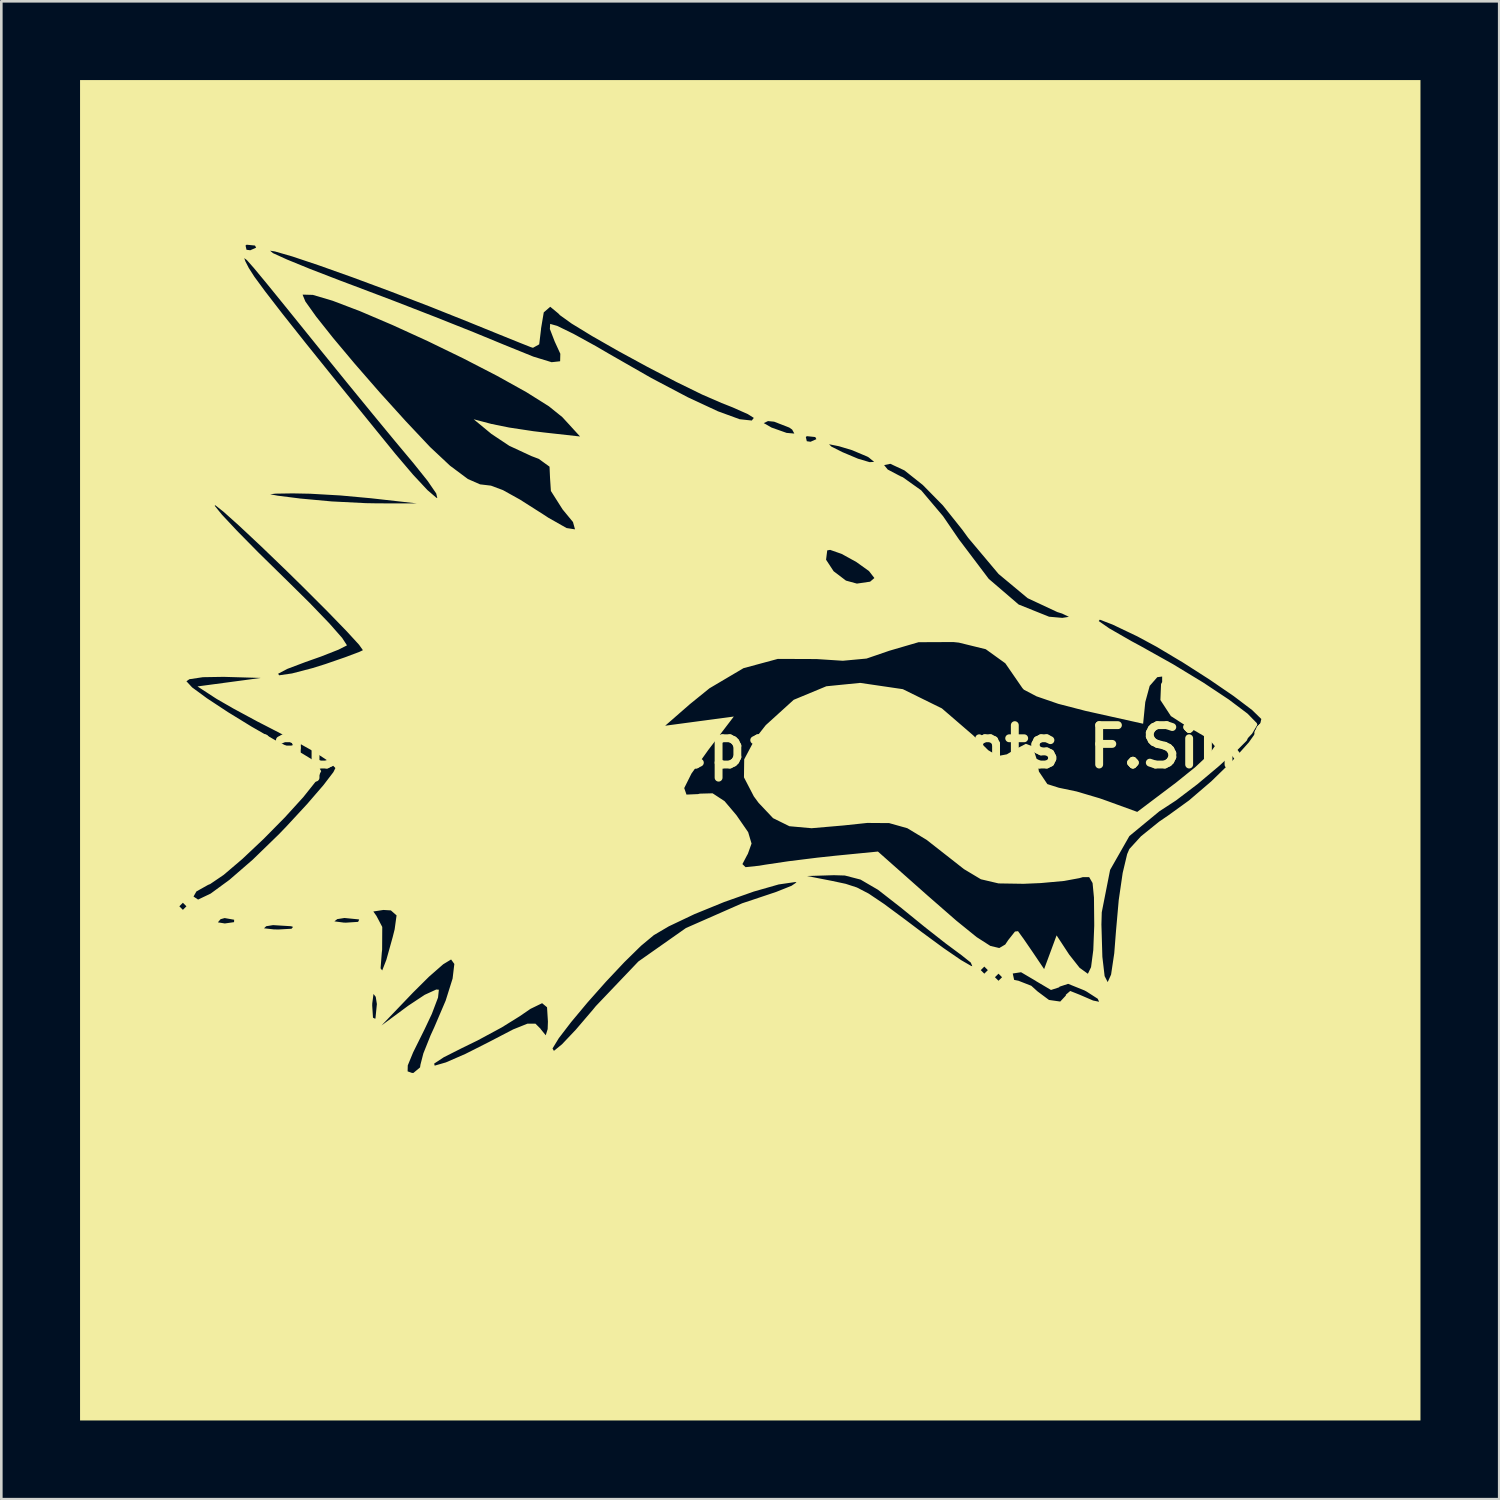
<source format=kicad_pcb>
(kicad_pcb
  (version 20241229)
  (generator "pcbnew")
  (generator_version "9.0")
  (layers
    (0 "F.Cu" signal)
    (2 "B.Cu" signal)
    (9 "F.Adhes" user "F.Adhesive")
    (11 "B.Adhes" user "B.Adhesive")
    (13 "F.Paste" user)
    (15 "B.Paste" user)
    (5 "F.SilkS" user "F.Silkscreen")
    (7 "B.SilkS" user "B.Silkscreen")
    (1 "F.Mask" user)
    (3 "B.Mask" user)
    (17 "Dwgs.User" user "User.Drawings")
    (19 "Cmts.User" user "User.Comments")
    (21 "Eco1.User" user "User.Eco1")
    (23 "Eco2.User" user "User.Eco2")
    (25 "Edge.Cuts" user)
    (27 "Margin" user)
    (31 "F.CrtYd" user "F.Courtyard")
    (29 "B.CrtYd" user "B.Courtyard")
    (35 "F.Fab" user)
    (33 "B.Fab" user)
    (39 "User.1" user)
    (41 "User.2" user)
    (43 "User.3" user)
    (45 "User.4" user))
  (footprint "exapmlesilkscreeparticipants F.SilkS"
    (layer "F.Cu")
    (at 25.4 25.4)
    (property "Reference" "exapmlesilkscreeparticipants F.SilkS" (at 0 0 0) (layer "F.SilkS") (effects (font (size 1.5 1.5) (thickness 0.3))))
    (attr board_only exclude_from_pos_files exclude_from_bom)
    (fp_poly (pts (xy 25.67 0.135) (xy 25.67 25.67) (xy 0.135 25.67) (xy -25.4 25.67) (xy -25.4 10.622) (xy -13.916 10.622) (xy -12.895 9.867) (xy -12.268 9.452) (xy -11.83 9.251) (xy -11.729 9.258) (xy -11.761 9.557) (xy -11.997 10.18) (xy -12.277 10.773) (xy -12.709 11.644) (xy -12.914 12.142) (xy -12.92 12.369) (xy -12.752 12.429) (xy -12.7 12.43) (xy -12.446 12.218) (xy -12.43 12.11) (xy -12.42 12.073) (xy -11.909 12.073) (xy -11.889 12.151) (xy -11.46 12.027) (xy -10.719 11.704) (xy -10.308 11.497) (xy -7.399 11.497) (xy -7.346 11.588) (xy -7.04 11.339) (xy -6.509 10.778) (xy -5.858 10.016) (xy -5.751 9.885) (xy -4.7 8.782) (xy 9.457 8.782) (xy 9.593 8.917) (xy 9.728 8.782) (xy 9.593 8.647) (xy 9.457 8.782) (xy -4.7 8.782) (xy -4.442 8.512) (xy 8.917 8.512) (xy 9.052 8.647) (xy 9.057 8.642) (xy 10.136 8.642) (xy 10.188 8.883) (xy 10.354 8.917) (xy 10.842 9.108) (xy 11.079 9.322) (xy 11.516 9.648) (xy 11.945 9.709) (xy 12.158 9.481) (xy 12.16 9.448) (xy 12.325 9.306) (xy 12.682 9.448) (xy 13.196 9.67) (xy 13.425 9.717) (xy 13.373 9.602) (xy 12.956 9.333) (xy 12.868 9.285) (xy 12.246 9.034) (xy 11.919 9.142) (xy 11.901 9.168) (xy 11.593 9.268) (xy 11.026 8.933) (xy 11.009 8.92) (xy 10.452 8.592) (xy 10.137 8.64) (xy 10.136 8.642) (xy 9.057 8.642) (xy 9.187 8.512) (xy 9.052 8.377) (xy 8.917 8.512) (xy -4.442 8.512) (xy -4.129 8.183) (xy -2.316 6.908) (xy -0.173 5.965) (xy 0.234 5.83) (xy 1.125 5.531) (xy 1.708 5.298) (xy 1.896 5.17) (xy 1.85 5.156) (xy 1.219 5.247) (xy 0.263 5.52) (xy -0.859 5.917) (xy -1.99 6.378) (xy -2.97 6.844) (xy -3.539 7.179) (xy -4.027 7.585) (xy -4.661 8.207) (xy -5.366 8.956) (xy -6.068 9.747) (xy -6.69 10.492) (xy -7.159 11.104) (xy -7.399 11.497) (xy -10.308 11.497) (xy -9.824 11.252) (xy -9.793 11.236) (xy -8.9 10.771) (xy -8.357 10.553) (xy -8.048 10.553) (xy -7.858 10.743) (xy -7.842 10.769) (xy -7.657 10.995) (xy -7.584 10.759) (xy -7.574 10.471) (xy -7.608 9.927) (xy -7.795 9.772) (xy -8.24 9.988) (xy -8.649 10.269) (xy -9.331 10.693) (xy -10.256 11.192) (xy -10.852 11.483) (xy -11.543 11.832) (xy -11.909 12.073) (xy -12.42 12.073) (xy -12.32 11.685) (xy -12.044 10.994) (xy -11.905 10.691) (xy -11.47 9.673) (xy -11.206 8.833) (xy -11.14 8.277) (xy -11.263 8.106) (xy -11.563 8.288) (xy -12.105 8.762) (xy -12.711 9.364) (xy -13.916 10.622) (xy -25.4 10.622) (xy -25.4 9.863) (xy -14.269 9.863) (xy -14.239 10.324) (xy -14.155 10.365) (xy -14.144 10.341) (xy -14.091 9.804) (xy -14.134 9.53) (xy -14.22 9.42) (xy -14.267 9.779) (xy -14.269 9.863) (xy -25.4 9.863) (xy -25.4 6.918) (xy -18.391 6.918) (xy -18.017 6.96) (xy -17.834 6.963) (xy -17.342 6.935) (xy -17.285 6.865) (xy -17.361 6.839) (xy -18.046 6.797) (xy -18.307 6.839) (xy -18.391 6.918) (xy -25.4 6.918) (xy -25.4 6.691) (xy -20.149 6.691) (xy -19.883 6.734) (xy -19.533 6.684) (xy -19.531 6.654) (xy -15.71 6.654) (xy -15.351 6.701) (xy -15.267 6.703) (xy -14.806 6.673) (xy -14.765 6.589) (xy -14.789 6.578) (xy -15.325 6.525) (xy -15.6 6.568) (xy -15.71 6.654) (xy -19.531 6.654) (xy -19.529 6.592) (xy -19.89 6.528) (xy -20.046 6.571) (xy -20.149 6.691) (xy -25.4 6.691) (xy -25.4 6.278) (xy -14.226 6.278) (xy -14.108 6.444) (xy -13.886 6.867) (xy -13.891 7.736) (xy -13.905 7.859) (xy -13.95 8.444) (xy -13.888 8.524) (xy -13.73 8.12) (xy -13.488 7.252) (xy -13.414 6.958) (xy -13.341 6.426) (xy -13.558 6.236) (xy -13.843 6.219) (xy -14.226 6.278) (xy -25.4 6.278) (xy -25.4 6.08) (xy -21.617 6.08) (xy -21.482 6.215) (xy -21.347 6.08) (xy -21.482 5.945) (xy -21.617 6.08) (xy -25.4 6.08) (xy -25.4 0.135) (xy -25.4 -2.494) (xy -21.347 -2.494) (xy -21.13 -2.26) (xy -20.563 -1.844) (xy -19.768 -1.32) (xy -18.868 -0.767) (xy -17.985 -0.261) (xy -17.244 0.121) (xy -16.956 0.245) (xy -16.423 0.57) (xy -16.213 0.93) (xy -16.4 1.301) (xy -16.896 1.923) (xy -17.598 2.694) (xy -18.405 3.512) (xy -19.215 4.276) (xy -19.928 4.883) (xy -20.442 5.232) (xy -20.523 5.265) (xy -20.967 5.514) (xy -21.077 5.708) (xy -20.903 5.824) (xy -20.425 5.596) (xy -19.71 5.073) (xy -19.54 4.926) (xy 2.297 4.926) (xy 3.252 5.113) (xy 3.772 5.224) (xy 4.198 5.363) (xy 4.645 5.595) (xy 5.228 5.987) (xy 6.063 6.605) (xy 6.671 7.064) (xy 7.502 7.674) (xy 8.167 8.13) (xy 8.552 8.352) (xy 8.594 8.362) (xy 8.537 8.224) (xy 8.142 7.909) (xy 8.113 7.89) (xy 7.57 7.487) (xy 6.782 6.868) (xy 5.917 6.165) (xy 5.896 6.147) (xy 5.003 5.451) (xy 4.336 5.062) (xy 3.738 4.907) (xy 3.322 4.895) (xy 2.297 4.926) (xy -19.54 4.926) (xy -18.823 4.305) (xy -17.83 3.341) (xy -17.539 3.039) (xy -16.75 2.186) (xy -16.126 1.463) (xy -15.748 0.968) (xy -15.672 0.813) (xy -15.897 0.576) (xy -16.495 0.182) (xy -17.35 -0.295) (xy -17.627 -0.437) (xy -18.33 -0.8) (xy -3.107 -0.8) (xy -1.8 -0.975) (xy -0.492 -1.15) (xy -1.462 0.121) (xy -2.105 1.023) (xy -2.381 1.576) (xy -2.295 1.824) (xy -1.857 1.805) (xy -1.787 1.788) (xy -1.3 1.775) (xy -0.845 2.073) (xy -0.394 2.606) (xy 0.055 3.256) (xy 0.184 3.689) (xy 0.042 4.085) (xy 0.015 4.13) (xy -0.164 4.472) (xy -0.045 4.589) (xy 0.473 4.534) (xy 0.716 4.493) (xy 1.585 4.364) (xy 2.688 4.227) (xy 3.378 4.153) (xy 4.999 3.994) (xy 6.89 5.67) (xy 7.988 6.628) (xy 8.762 7.255) (xy 9.283 7.589) (xy 9.622 7.67) (xy 9.85 7.536) (xy 9.963 7.367) (xy 10.221 7.041) (xy 10.337 7.028) (xy 10.554 7.328) (xy 10.889 7.816) (xy 11.331 8.472) (xy 11.569 7.83) (xy 11.806 7.188) (xy 12.284 7.917) (xy 12.682 8.422) (xy 12.991 8.646) (xy 13.001 8.647) (xy 13.119 8.399) (xy 13.204 7.748) (xy 13.24 6.828) (xy 13.24 6.737) (xy 13.23 5.747) (xy 13.177 5.193) (xy 13.047 4.968) (xy 12.804 4.969) (xy 12.674 5.007) (xy 12.093 5.114) (xy 11.204 5.195) (xy 10.548 5.223) (xy 9.594 5.208) (xy 8.922 5.05) (xy 8.276 4.663) (xy 7.805 4.293) (xy 6.852 3.547) (xy 6.119 3.105) (xy 5.426 2.91) (xy 4.59 2.904) (xy 3.685 3) (xy 2.47 3.105) (xy 1.626 3.029) (xy 1.004 2.722) (xy 0.45 2.136) (xy 0.271 1.892) (xy -0.105 1.168) (xy -0.096 0.481) (xy 0.321 -0.306) (xy 0.726 -0.822) (xy 1.79 -1.787) (xy 3.033 -2.303) (xy 4.321 -2.432) (xy 5.948 -2.193) (xy 7.436 -1.46) (xy 8.63 -0.431) (xy 9.202 0.133) (xy 9.574 0.354) (xy 9.911 0.29) (xy 10.189 0.123) (xy 10.634 -0.111) (xy 10.891 -0.014) (xy 11.055 0.498) (xy 11.133 0.946) (xy 11.454 1.424) (xy 11.892 1.563) (xy 12.569 1.705) (xy 13.443 1.964) (xy 13.722 2.062) (xy 14.879 2.483) (xy 16.357 1.368) (xy 17.098 0.771) (xy 17.629 0.272) (xy 17.834 -0.021) (xy 17.834 -0.023) (xy 17.609 -0.296) (xy 17.053 -0.621) (xy 16.908 -0.685) (xy 16.161 -1.167) (xy 15.761 -1.779) (xy 15.786 -2.388) (xy 15.828 -2.465) (xy 15.828 -2.674) (xy 15.642 -2.649) (xy 15.353 -2.318) (xy 15.185 -1.701) (xy 15.103 -0.876) (xy 12.909 -1.365) (xy 11.871 -1.634) (xy 11.041 -1.92) (xy 10.559 -2.173) (xy 10.503 -2.235) (xy 9.852 -3.179) (xy 9.107 -3.715) (xy 8.083 -3.966) (xy 7.874 -3.988) (xy 6.547 -3.982) (xy 5.407 -3.649) (xy 5.397 -3.644) (xy 4.566 -3.359) (xy 3.66 -3.275) (xy 2.659 -3.34) (xy 1.185 -3.346) (xy -0.124 -2.992) (xy -1.419 -2.226) (xy -2.162 -1.624) (xy -3.107 -0.8) (xy -18.33 -0.8) (xy -18.648 -0.963) (xy -19.559 -1.455) (xy -20.188 -1.817) (xy -20.254 -1.859) (xy -20.926 -2.297) (xy -19.718 -2.459) (xy -18.51 -2.621) (xy -19.928 -2.662) (xy -20.72 -2.649) (xy -21.235 -2.572) (xy -21.347 -2.494) (xy -25.4 -2.494) (xy -25.4 -9.18) (xy -20.27 -9.18) (xy -19.995 -8.842) (xy -19.412 -8.219) (xy -18.602 -7.397) (xy -17.65 -6.463) (xy -17.568 -6.384) (xy -16.65 -5.477) (xy -15.908 -4.706) (xy -15.414 -4.145) (xy -15.234 -3.869) (xy -15.238 -3.857) (xy -15.555 -3.697) (xy -16.219 -3.436) (xy -16.81 -3.227) (xy -17.504 -2.965) (xy -17.853 -2.781) (xy -17.815 -2.721) (xy -17.324 -2.792) (xy -16.544 -2.995) (xy -16.058 -3.147) (xy -15.286 -3.414) (xy -14.756 -3.614) (xy -14.623 -3.678) (xy -14.77 -3.885) (xy -15.243 -4.401) (xy -15.617 -4.787) (xy 13.412 -4.787) (xy 13.815 -4.508) (xy 14.653 -4.026) (xy 14.997 -3.841) (xy 16.239 -3.146) (xy 17.395 -2.444) (xy 18.372 -1.795) (xy 19.082 -1.26) (xy 19.433 -0.9) (xy 19.455 -0.835) (xy 19.256 -0.5) (xy 18.734 0.054) (xy 18.002 0.73) (xy 17.172 1.428) (xy 16.356 2.047) (xy 15.721 2.461) (xy 14.58 3.403) (xy 13.845 4.693) (xy 13.527 6.308) (xy 13.514 6.773) (xy 13.55 8.005) (xy 13.636 8.74) (xy 13.753 8.968) (xy 13.882 8.682) (xy 14.003 7.872) (xy 14.069 7.026) (xy 14.174 5.84) (xy 14.324 4.81) (xy 14.495 4.09) (xy 14.579 3.897) (xy 15.02 3.414) (xy 15.718 2.851) (xy 16.046 2.628) (xy 16.854 2.044) (xy 17.7 1.319) (xy 18.49 0.55) (xy 19.132 -0.168) (xy 19.534 -0.737) (xy 19.606 -1.056) (xy 19.255 -1.398) (xy 18.557 -1.926) (xy 17.634 -2.559) (xy 16.61 -3.215) (xy 15.607 -3.813) (xy 14.884 -4.203) (xy 13.941 -4.653) (xy 13.452 -4.841) (xy 13.412 -4.787) (xy -15.617 -4.787) (xy -15.979 -5.16) (xy -16.913 -6.094) (xy -17.509 -6.679) (xy -17.972 -7.125) (xy 3.023 -7.125) (xy 3.311 -6.686) (xy 3.781 -6.329) (xy 4.198 -6.215) (xy 4.701 -6.288) (xy 4.864 -6.427) (xy 4.658 -6.693) (xy 4.175 -7.039) (xy 3.614 -7.347) (xy 3.177 -7.5) (xy 3.067 -7.48) (xy 3.023 -7.125) (xy -17.972 -7.125) (xy -18.51 -7.643) (xy -19.34 -8.42) (xy -19.939 -8.957) (xy -20.249 -9.201) (xy -20.27 -9.18) (xy -25.4 -9.18) (xy -25.4 -9.618) (xy -18.157 -9.618) (xy -17.867 -9.564) (xy -17.065 -9.463) (xy -17.023 -9.457) (xy -15.816 -9.346) (xy -14.516 -9.28) (xy -14.051 -9.272) (xy -12.565 -9.27) (xy -14.321 -9.467) (xy -15.478 -9.573) (xy -16.628 -9.639) (xy -17.294 -9.652) (xy -17.958 -9.642) (xy -18.157 -9.618) (xy -25.4 -9.618) (xy -25.4 -18.616) (xy -19.144 -18.616) (xy -19.104 -18.498) (xy -18.971 -18.239) (xy -18.757 -17.905) (xy -18.34 -17.338) (xy -17.695 -16.503) (xy -16.794 -15.367) (xy -15.612 -13.898) (xy -14.121 -12.061) (xy -13.376 -11.145) (xy -12.712 -10.364) (xy -12.164 -9.777) (xy -11.827 -9.487) (xy -11.789 -9.473) (xy -11.83 -9.65) (xy -12.16 -10.131) (xy -12.708 -10.816) (xy -12.759 -10.876) (xy -13.381 -11.62) (xy -14.238 -12.659) (xy -15.227 -13.868) (xy -16.245 -15.123) (xy -16.47 -15.402) (xy -17.522 -16.705) (xy -17.938 -17.217) (xy -16.92 -17.217) (xy -16.815 -16.963) (xy -16.406 -16.389) (xy -15.756 -15.571) (xy -14.929 -14.585) (xy -13.989 -13.506) (xy -12.998 -12.411) (xy -12.061 -11.416) (xy -11.303 -10.706) (xy -10.623 -10.199) (xy -10.155 -9.994) (xy -10.142 -9.994) (xy -9.744 -9.947) (xy -9.283 -9.774) (xy -8.637 -9.415) (xy -7.685 -8.809) (xy -7.557 -8.724) (xy -6.863 -8.331) (xy -6.542 -8.282) (xy -6.62 -8.562) (xy -7.014 -9.04) (xy -7.461 -9.744) (xy -7.494 -10.244) (xy -7.513 -10.67) (xy -7.596 -10.73) (xy 5.235 -10.73) (xy 5.372 -10.561) (xy 5.862 -10.303) (xy 5.949 -10.266) (xy 6.649 -9.767) (xy 7.479 -8.785) (xy 8.081 -7.905) (xy 9.22 -6.397) (xy 10.361 -5.418) (xy 11.52 -4.953) (xy 12.024 -4.909) (xy 12.276 -4.948) (xy 12.014 -5.074) (xy 11.833 -5.131) (xy 10.704 -5.659) (xy 9.596 -6.581) (xy 8.439 -7.957) (xy 8.213 -8.268) (xy 7.473 -9.195) (xy 6.707 -9.974) (xy 6.009 -10.528) (xy 5.471 -10.779) (xy 5.235 -10.73) (xy -7.596 -10.73) (xy -7.923 -10.967) (xy -8.202 -11.073) (xy -9.047 -11.465) (xy -9.135 -11.524) (xy 3.137 -11.524) (xy 3.224 -11.436) (xy 3.648 -11.223) (xy 4.241 -10.973) (xy 4.681 -10.842) (xy 4.855 -10.852) (xy 4.648 -11.023) (xy 4.594 -11.054) (xy 4.015 -11.298) (xy 3.513 -11.449) (xy 3.137 -11.524) (xy -9.135 -11.524) (xy -9.549 -11.799) (xy 2.252 -11.799) (xy 2.289 -11.639) (xy 2.432 -11.619) (xy 2.654 -11.718) (xy 2.612 -11.799) (xy 2.291 -11.832) (xy 2.252 -11.799) (xy -9.549 -11.799) (xy -9.728 -11.918) (xy -10.403 -12.476) (xy -9.728 -12.298) (xy -9.052 -12.161) (xy -8.127 -12.021) (xy -7.701 -11.97) (xy -6.35 -11.82) (xy -6.816 -12.33) (xy 0.649 -12.33) (xy 0.946 -12.16) (xy 1.519 -11.957) (xy 1.814 -11.931) (xy 1.731 -12.083) (xy 1.621 -12.16) (xy 1.044 -12.384) (xy 0.811 -12.407) (xy 0.649 -12.33) (xy -6.816 -12.33) (xy -7.026 -12.558) (xy -7.537 -12.97) (xy -8.395 -13.509) (xy -9.511 -14.13) (xy -10.793 -14.792) (xy -12.151 -15.452) (xy -13.495 -16.066) (xy -14.733 -16.594) (xy -15.775 -16.991) (xy -16.531 -17.215) (xy -16.911 -17.225) (xy -16.92 -17.217) (xy -17.938 -17.217) (xy -18.275 -17.632) (xy -18.769 -18.229) (xy -19.045 -18.542) (xy -19.144 -18.616) (xy -25.4 -18.616) (xy -25.4 -18.899) (xy -18.16 -18.899) (xy -18.051 -18.806) (xy -17.514 -18.562) (xy -16.629 -18.2) (xy -15.474 -17.754) (xy -14.997 -17.575) (xy -13.459 -16.993) (xy -11.865 -16.374) (xy -10.403 -15.792) (xy -9.26 -15.321) (xy -9.255 -15.319) (xy -8.13 -14.863) (xy -7.433 -14.65) (xy -7.109 -14.686) (xy -7.102 -14.972) (xy -7.318 -15.443) (xy -7.5 -15.915) (xy -7.489 -16.109) (xy -7.221 -16.034) (xy -6.6 -15.731) (xy -5.738 -15.257) (xy -5.238 -14.965) (xy -3.636 -14.048) (xy -2.238 -13.311) (xy -1.097 -12.78) (xy -0.268 -12.477) (xy 0.193 -12.428) (xy 0.27 -12.528) (xy 0.042 -12.672) (xy -0.539 -12.93) (xy -0.956 -13.095) (xy -1.7 -13.418) (xy -2.679 -13.897) (xy -3.78 -14.47) (xy -4.888 -15.073) (xy -5.89 -15.645) (xy -6.671 -16.122) (xy -7.119 -16.444) (xy -7.174 -16.504) (xy -7.486 -16.762) (xy -7.733 -16.548) (xy -7.836 -15.934) (xy -7.836 -15.914) (xy -7.906 -15.331) (xy -8.143 -15.199) (xy -8.221 -15.222) (xy -8.645 -15.39) (xy -9.417 -15.702) (xy -10.385 -16.095) (xy -10.586 -16.177) (xy -12.074 -16.771) (xy -13.584 -17.351) (xy -15.022 -17.885) (xy -16.295 -18.338) (xy -17.309 -18.678) (xy -17.971 -18.869) (xy -18.16 -18.899) (xy -25.4 -18.899) (xy -25.4 -19.095) (xy -19.095 -19.095) (xy -19.058 -18.934) (xy -18.915 -18.915) (xy -18.692 -19.014) (xy -18.735 -19.095) (xy -19.055 -19.127) (xy -19.095 -19.095) (xy -25.4 -19.095) (xy -25.4 -25.4) (xy 0.135 -25.4) (xy 25.67 -25.4)) (stroke (width 0) (type solid)) (fill yes) (layer "F.SilkS")))
  (gr_rect
    (start -3 -3)
    (end 54.07 54.07)
    (stroke (width 0.1) (type default))
    (fill no)
    (layer "Edge.Cuts")))
</source>
